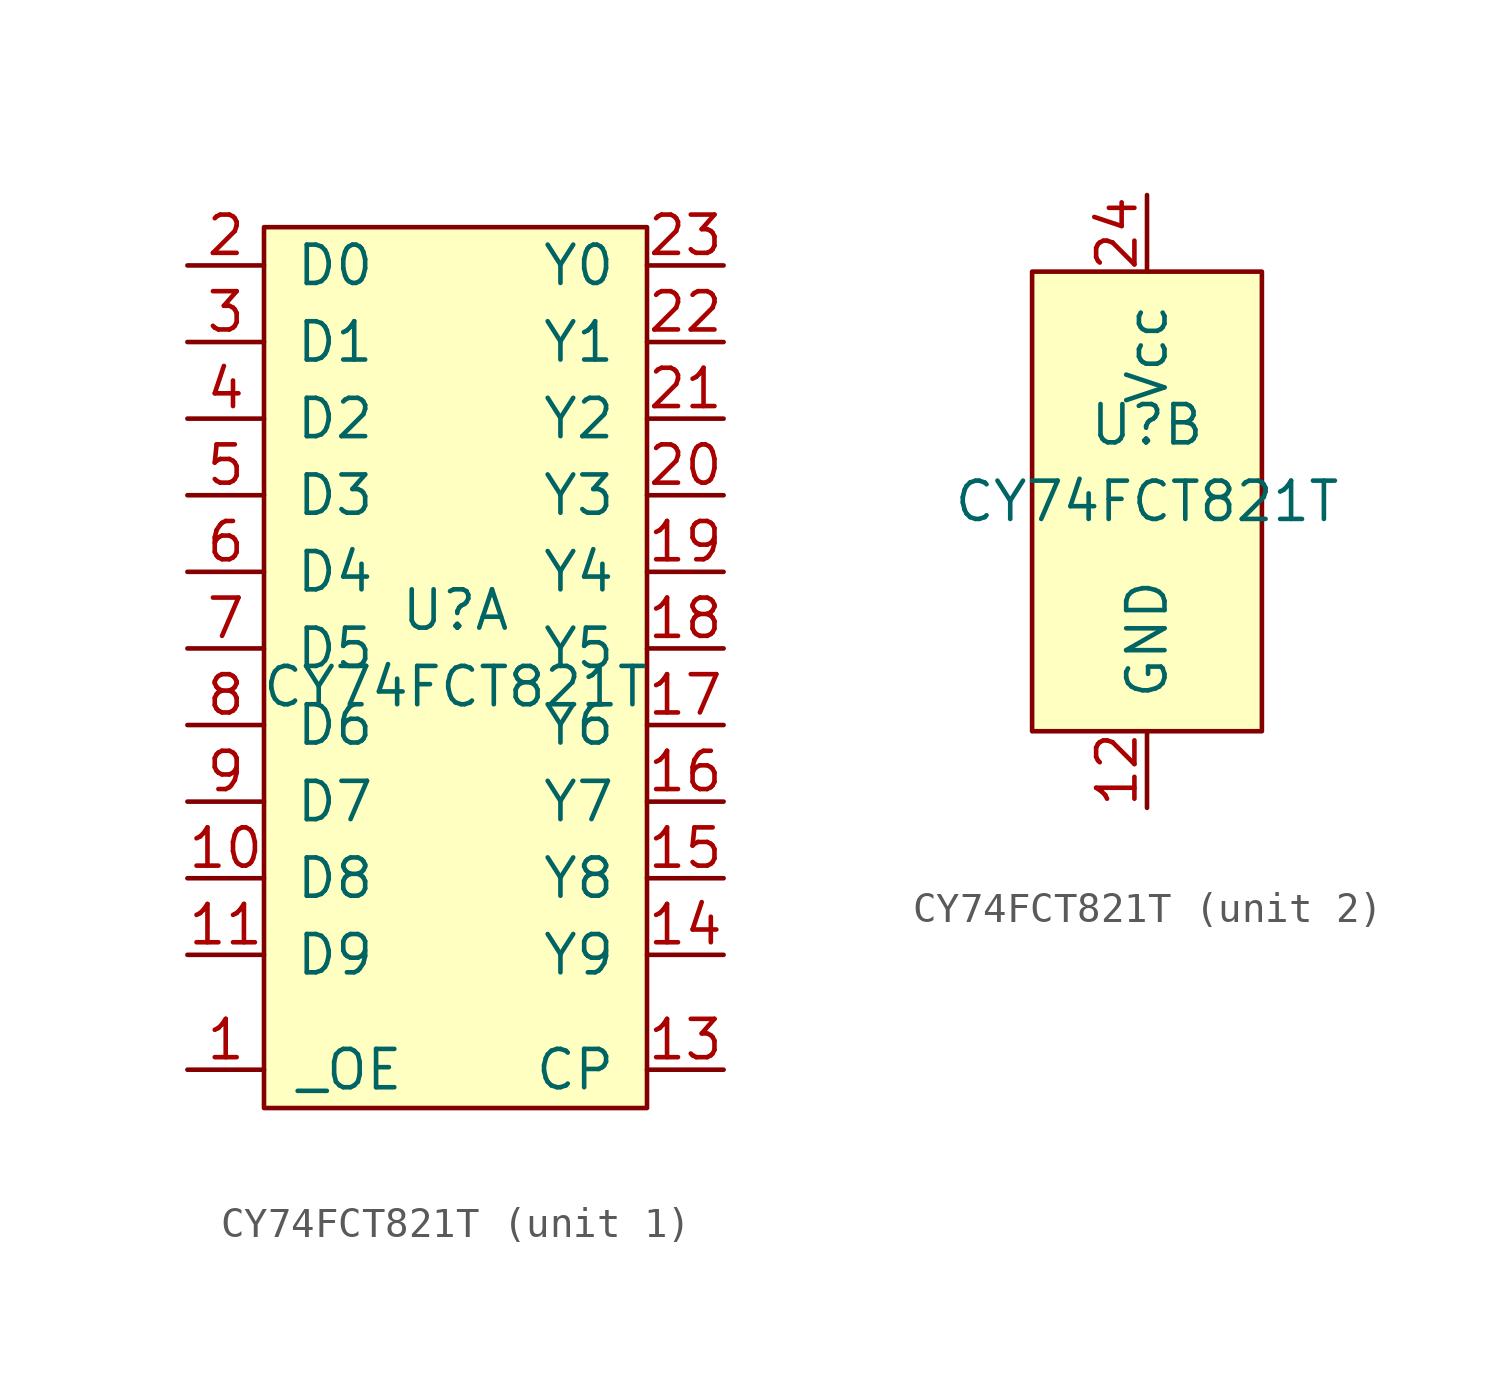
<source format=kicad_sym>
(kicad_symbol_lib
  (version 20220914)
  (generator kicad_symbol_editor)
  (symbol "CY74FCT821T"
    (pin_names
      (offset 1.016))
    (property "Reference" "U"
      (at 0 2.54 0)
      (effects (font (size 1.27 1.27))))
    (property "Value" "CY74FCT821T"
      (at 0 0 0)
      (effects (font (size 1.27 1.27))))
    (property "ki_locked" ""
      (at 0 0 0)
      (effects (font (size 1.27 1.27))))
    (symbol "CY74FCT821T_1_1"
      (rectangle (start -6.35 15.24) (end 6.35 -13.97) (stroke (width 0) (type solid)) (fill (type background)))
      (pin input line (at -8.89 -12.7 0) (length 2.54) (name "_OE" (effects (font (size 1.27 1.27)))) (number "1" (effects (font (size 1.27 1.27)))))
      (pin input line (at -8.89 -6.35 0) (length 2.54) (name "D8" (effects (font (size 1.27 1.27)))) (number "10" (effects (font (size 1.27 1.27)))))
      (pin input line (at -8.89 -8.89 0) (length 2.54) (name "D9" (effects (font (size 1.27 1.27)))) (number "11" (effects (font (size 1.27 1.27)))))
      (pin input line (at 8.89 -12.7 180) (length 2.54) (name "CP" (effects (font (size 1.27 1.27)))) (number "13" (effects (font (size 1.27 1.27)))))
      (pin output line (at 8.89 -8.89 180) (length 2.54) (name "Y9" (effects (font (size 1.27 1.27)))) (number "14" (effects (font (size 1.27 1.27)))))
      (pin output line (at 8.89 -6.35 180) (length 2.54) (name "Y8" (effects (font (size 1.27 1.27)))) (number "15" (effects (font (size 1.27 1.27)))))
      (pin output line (at 8.89 -3.81 180) (length 2.54) (name "Y7" (effects (font (size 1.27 1.27)))) (number "16" (effects (font (size 1.27 1.27)))))
      (pin output line (at 8.89 -1.27 180) (length 2.54) (name "Y6" (effects (font (size 1.27 1.27)))) (number "17" (effects (font (size 1.27 1.27)))))
      (pin output line (at 8.89 1.27 180) (length 2.54) (name "Y5" (effects (font (size 1.27 1.27)))) (number "18" (effects (font (size 1.27 1.27)))))
      (pin output line (at 8.89 3.81 180) (length 2.54) (name "Y4" (effects (font (size 1.27 1.27)))) (number "19" (effects (font (size 1.27 1.27)))))
      (pin input line (at -8.89 13.97 0) (length 2.54) (name "D0" (effects (font (size 1.27 1.27)))) (number "2" (effects (font (size 1.27 1.27)))))
      (pin output line (at 8.89 6.35 180) (length 2.54) (name "Y3" (effects (font (size 1.27 1.27)))) (number "20" (effects (font (size 1.27 1.27)))))
      (pin output line (at 8.89 8.89 180) (length 2.54) (name "Y2" (effects (font (size 1.27 1.27)))) (number "21" (effects (font (size 1.27 1.27)))))
      (pin output line (at 8.89 11.43 180) (length 2.54) (name "Y1" (effects (font (size 1.27 1.27)))) (number "22" (effects (font (size 1.27 1.27)))))
      (pin output line (at 8.89 13.97 180) (length 2.54) (name "Y0" (effects (font (size 1.27 1.27)))) (number "23" (effects (font (size 1.27 1.27)))))
      (pin input line (at -8.89 11.43 0) (length 2.54) (name "D1" (effects (font (size 1.27 1.27)))) (number "3" (effects (font (size 1.27 1.27)))))
      (pin input line (at -8.89 8.89 0) (length 2.54) (name "D2" (effects (font (size 1.27 1.27)))) (number "4" (effects (font (size 1.27 1.27)))))
      (pin input line (at -8.89 6.35 0) (length 2.54) (name "D3" (effects (font (size 1.27 1.27)))) (number "5" (effects (font (size 1.27 1.27)))))
      (pin input line (at -8.89 3.81 0) (length 2.54) (name "D4" (effects (font (size 1.27 1.27)))) (number "6" (effects (font (size 1.27 1.27)))))
      (pin input line (at -8.89 1.27 0) (length 2.54) (name "D5" (effects (font (size 1.27 1.27)))) (number "7" (effects (font (size 1.27 1.27)))))
      (pin input line (at -8.89 -1.27 0) (length 2.54) (name "D6" (effects (font (size 1.27 1.27)))) (number "8" (effects (font (size 1.27 1.27)))))
      (pin input line (at -8.89 -3.81 0) (length 2.54) (name "D7" (effects (font (size 1.27 1.27)))) (number "9" (effects (font (size 1.27 1.27))))))
    (symbol "CY74FCT821T_2_1"
      (rectangle (start -3.81 7.62) (end 3.81 -7.62) (stroke (width 0) (type solid)) (fill (type background)))
      (pin power_in line (at 0 -10.16 90) (length 2.54) (name "GND" (effects (font (size 1.27 1.27)))) (number "12" (effects (font (size 1.27 1.27)))))
      (pin power_in line (at 0 10.16 270) (length 2.54) (name "Vcc" (effects (font (size 1.27 1.27)))) (number "24" (effects (font (size 1.27 1.27))))))))
</source>
